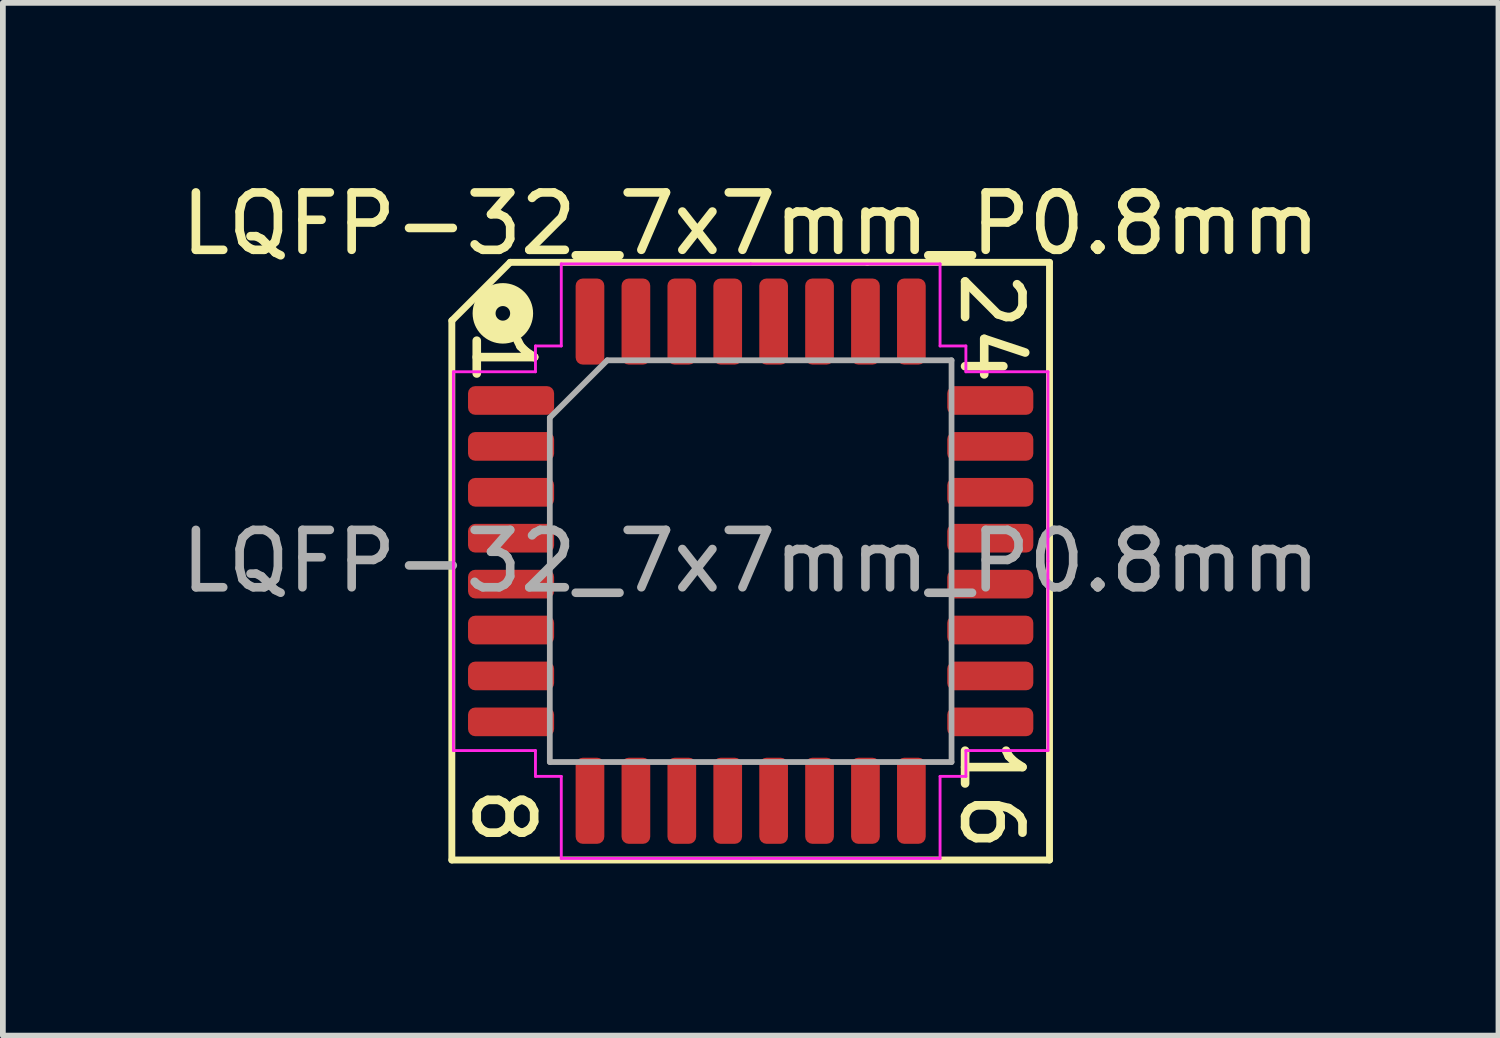
<source format=kicad_pcb>
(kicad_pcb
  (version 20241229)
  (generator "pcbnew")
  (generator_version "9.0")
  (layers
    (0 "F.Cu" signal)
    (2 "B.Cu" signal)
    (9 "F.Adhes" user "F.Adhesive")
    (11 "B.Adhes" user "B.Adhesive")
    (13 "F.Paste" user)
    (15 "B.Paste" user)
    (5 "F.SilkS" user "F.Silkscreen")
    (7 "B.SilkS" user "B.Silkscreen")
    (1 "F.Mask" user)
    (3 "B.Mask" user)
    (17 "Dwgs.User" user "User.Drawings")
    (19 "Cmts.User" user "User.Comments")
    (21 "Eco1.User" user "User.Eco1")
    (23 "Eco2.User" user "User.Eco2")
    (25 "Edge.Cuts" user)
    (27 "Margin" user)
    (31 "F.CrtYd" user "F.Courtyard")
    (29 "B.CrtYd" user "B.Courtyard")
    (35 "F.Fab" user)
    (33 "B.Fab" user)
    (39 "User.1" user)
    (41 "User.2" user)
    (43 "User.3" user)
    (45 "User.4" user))
  (footprint "LQFP-32_7x7mm_P0.8mm"
    (layer "F.Cu")
    (at 10.03 6.728)
    (property "Reference" "LQFP-32_7x7mm_P0.8mm" (at 0 -5.88 0) (layer "F.SilkS") (effects (font (size 1 1) (thickness 0.15))))
    (attr smd)
    (fp_line (start -5.207 -4.191) (end -5.207 5.207) (stroke (width 0.12) (type solid)) (layer "F.SilkS"))
    (fp_line (start -5.207 5.207) (end 5.207 5.207) (stroke (width 0.12) (type solid)) (layer "F.SilkS"))
    (fp_line (start -4.191 -5.207) (end -5.207 -4.191) (stroke (width 0.12) (type solid)) (layer "F.SilkS"))
    (fp_line (start 2.032 -5.207) (end -4.191 -5.207) (stroke (width 0.12) (type solid)) (layer "F.SilkS"))
    (fp_line (start 5.207 -5.207) (end 2.032 -5.207) (stroke (width 0.12) (type solid)) (layer "F.SilkS"))
    (fp_line (start 5.207 5.207) (end 5.207 -5.207) (stroke (width 0.12) (type solid)) (layer "F.SilkS"))
    (fp_circle (center -4.318 -4.318) (end -4.191 -4.318) (stroke (width 0.4) (type solid)) (fill no) (layer "F.SilkS"))
    (fp_line (start -5.18 -3.3) (end -5.18 0) (stroke (width 0.05) (type solid)) (layer "F.CrtYd"))
    (fp_line (start -5.18 3.3) (end -5.18 0) (stroke (width 0.05) (type solid)) (layer "F.CrtYd"))
    (fp_line (start -3.75 -3.75) (end -3.75 -3.3) (stroke (width 0.05) (type solid)) (layer "F.CrtYd"))
    (fp_line (start -3.75 -3.3) (end -5.18 -3.3) (stroke (width 0.05) (type solid)) (layer "F.CrtYd"))
    (fp_line (start -3.75 3.3) (end -5.18 3.3) (stroke (width 0.05) (type solid)) (layer "F.CrtYd"))
    (fp_line (start -3.75 3.75) (end -3.75 3.3) (stroke (width 0.05) (type solid)) (layer "F.CrtYd"))
    (fp_line (start -3.3 -5.18) (end -3.3 -3.75) (stroke (width 0.05) (type solid)) (layer "F.CrtYd"))
    (fp_line (start -3.3 -3.75) (end -3.75 -3.75) (stroke (width 0.05) (type solid)) (layer "F.CrtYd"))
    (fp_line (start -3.3 3.75) (end -3.75 3.75) (stroke (width 0.05) (type solid)) (layer "F.CrtYd"))
    (fp_line (start -3.3 5.18) (end -3.3 3.75) (stroke (width 0.05) (type solid)) (layer "F.CrtYd"))
    (fp_line (start 0 -5.18) (end -3.3 -5.18) (stroke (width 0.05) (type solid)) (layer "F.CrtYd"))
    (fp_line (start 0 -5.18) (end 3.3 -5.18) (stroke (width 0.05) (type solid)) (layer "F.CrtYd"))
    (fp_line (start 0 5.18) (end -3.3 5.18) (stroke (width 0.05) (type solid)) (layer "F.CrtYd"))
    (fp_line (start 0 5.18) (end 3.3 5.18) (stroke (width 0.05) (type solid)) (layer "F.CrtYd"))
    (fp_line (start 3.3 -5.18) (end 3.3 -3.75) (stroke (width 0.05) (type solid)) (layer "F.CrtYd"))
    (fp_line (start 3.3 -3.75) (end 3.75 -3.75) (stroke (width 0.05) (type solid)) (layer "F.CrtYd"))
    (fp_line (start 3.3 3.75) (end 3.75 3.75) (stroke (width 0.05) (type solid)) (layer "F.CrtYd"))
    (fp_line (start 3.3 5.18) (end 3.3 3.75) (stroke (width 0.05) (type solid)) (layer "F.CrtYd"))
    (fp_line (start 3.75 -3.75) (end 3.75 -3.3) (stroke (width 0.05) (type solid)) (layer "F.CrtYd"))
    (fp_line (start 3.75 -3.3) (end 5.18 -3.3) (stroke (width 0.05) (type solid)) (layer "F.CrtYd"))
    (fp_line (start 3.75 3.3) (end 5.18 3.3) (stroke (width 0.05) (type solid)) (layer "F.CrtYd"))
    (fp_line (start 3.75 3.75) (end 3.75 3.3) (stroke (width 0.05) (type solid)) (layer "F.CrtYd"))
    (fp_line (start 5.18 -3.3) (end 5.18 0) (stroke (width 0.05) (type solid)) (layer "F.CrtYd"))
    (fp_line (start 5.18 3.3) (end 5.18 0) (stroke (width 0.05) (type solid)) (layer "F.CrtYd"))
    (fp_line (start -3.5 -2.5) (end -2.5 -3.5) (stroke (width 0.1) (type solid)) (layer "F.Fab"))
    (fp_line (start -3.5 3.5) (end -3.5 -2.5) (stroke (width 0.1) (type solid)) (layer "F.Fab"))
    (fp_line (start -2.5 -3.5) (end 3.5 -3.5) (stroke (width 0.1) (type solid)) (layer "F.Fab"))
    (fp_line (start 3.5 -3.5) (end 3.5 3.5) (stroke (width 0.1) (type solid)) (layer "F.Fab"))
    (fp_line (start 3.5 3.5) (end -3.5 3.5) (stroke (width 0.1) (type solid)) (layer "F.Fab"))
    (fp_text user "16" (at 4.191 4.064 270) (unlocked yes) (layer "F.SilkS") (effects (font (size 1 1) (thickness 0.15))))
    (fp_text user "1" (at -4.318 -3.556 270) (unlocked yes) (layer "F.SilkS") (effects (font (size 1 1) (thickness 0.15))))
    (fp_text user "24" (at 4.191 -4.064 270) (unlocked yes) (layer "F.SilkS") (effects (font (size 1 1) (thickness 0.15))))
    (fp_text user "8" (at -4.318 4.445 270) (unlocked yes) (layer "F.SilkS") (effects (font (size 1 1) (thickness 0.15))))
    (fp_text user "${REFERENCE}" (at 0 0 0) (layer "F.Fab") (effects (font (size 1 1) (thickness 0.15))))
    (pad "1" smd roundrect (at -4.175 -2.8) (size 1.5 0.5) (layers "F.Cu" "F.Mask" "F.Paste") (roundrect_rratio 0.25))
    (pad "2" smd roundrect (at -4.175 -2) (size 1.5 0.5) (layers "F.Cu" "F.Mask" "F.Paste") (roundrect_rratio 0.25))
    (pad "3" smd roundrect (at -4.175 -1.2) (size 1.5 0.5) (layers "F.Cu" "F.Mask" "F.Paste") (roundrect_rratio 0.25))
    (pad "4" smd roundrect (at -4.175 -0.4) (size 1.5 0.5) (layers "F.Cu" "F.Mask" "F.Paste") (roundrect_rratio 0.25))
    (pad "5" smd roundrect (at -4.175 0.4) (size 1.5 0.5) (layers "F.Cu" "F.Mask" "F.Paste") (roundrect_rratio 0.25))
    (pad "6" smd roundrect (at -4.175 1.2) (size 1.5 0.5) (layers "F.Cu" "F.Mask" "F.Paste") (roundrect_rratio 0.25))
    (pad "7" smd roundrect (at -4.175 2) (size 1.5 0.5) (layers "F.Cu" "F.Mask" "F.Paste") (roundrect_rratio 0.25))
    (pad "8" smd roundrect (at -4.175 2.8) (size 1.5 0.5) (layers "F.Cu" "F.Mask" "F.Paste") (roundrect_rratio 0.25))
    (pad "9" smd roundrect (at -2.8 4.175) (size 0.5 1.5) (layers "F.Cu" "F.Mask" "F.Paste") (roundrect_rratio 0.25))
    (pad "10" smd roundrect (at -2 4.175) (size 0.5 1.5) (layers "F.Cu" "F.Mask" "F.Paste") (roundrect_rratio 0.25))
    (pad "11" smd roundrect (at -1.2 4.175) (size 0.5 1.5) (layers "F.Cu" "F.Mask" "F.Paste") (roundrect_rratio 0.25))
    (pad "12" smd roundrect (at -0.4 4.175) (size 0.5 1.5) (layers "F.Cu" "F.Mask" "F.Paste") (roundrect_rratio 0.25))
    (pad "13" smd roundrect (at 0.4 4.175) (size 0.5 1.5) (layers "F.Cu" "F.Mask" "F.Paste") (roundrect_rratio 0.25))
    (pad "14" smd roundrect (at 1.2 4.175) (size 0.5 1.5) (layers "F.Cu" "F.Mask" "F.Paste") (roundrect_rratio 0.25))
    (pad "15" smd roundrect (at 2 4.175) (size 0.5 1.5) (layers "F.Cu" "F.Mask" "F.Paste") (roundrect_rratio 0.25))
    (pad "16" smd roundrect (at 2.8 4.175) (size 0.5 1.5) (layers "F.Cu" "F.Mask" "F.Paste") (roundrect_rratio 0.25))
    (pad "17" smd roundrect (at 4.175 2.8) (size 1.5 0.5) (layers "F.Cu" "F.Mask" "F.Paste") (roundrect_rratio 0.25))
    (pad "18" smd roundrect (at 4.175 2) (size 1.5 0.5) (layers "F.Cu" "F.Mask" "F.Paste") (roundrect_rratio 0.25))
    (pad "19" smd roundrect (at 4.175 1.2) (size 1.5 0.5) (layers "F.Cu" "F.Mask" "F.Paste") (roundrect_rratio 0.25))
    (pad "20" smd roundrect (at 4.175 0.4) (size 1.5 0.5) (layers "F.Cu" "F.Mask" "F.Paste") (roundrect_rratio 0.25))
    (pad "21" smd roundrect (at 4.175 -0.4) (size 1.5 0.5) (layers "F.Cu" "F.Mask" "F.Paste") (roundrect_rratio 0.25))
    (pad "22" smd roundrect (at 4.175 -1.2) (size 1.5 0.5) (layers "F.Cu" "F.Mask" "F.Paste") (roundrect_rratio 0.25))
    (pad "23" smd roundrect (at 4.175 -2) (size 1.5 0.5) (layers "F.Cu" "F.Mask" "F.Paste") (roundrect_rratio 0.25))
    (pad "24" smd roundrect (at 4.175 -2.8) (size 1.5 0.5) (layers "F.Cu" "F.Mask" "F.Paste") (roundrect_rratio 0.25))
    (pad "25" smd roundrect (at 2.8 -4.175) (size 0.5 1.5) (layers "F.Cu" "F.Mask" "F.Paste") (roundrect_rratio 0.25))
    (pad "26" smd roundrect (at 2 -4.175) (size 0.5 1.5) (layers "F.Cu" "F.Mask" "F.Paste") (roundrect_rratio 0.25))
    (pad "27" smd roundrect (at 1.2 -4.175) (size 0.5 1.5) (layers "F.Cu" "F.Mask" "F.Paste") (roundrect_rratio 0.25))
    (pad "28" smd roundrect (at 0.4 -4.175) (size 0.5 1.5) (layers "F.Cu" "F.Mask" "F.Paste") (roundrect_rratio 0.25))
    (pad "29" smd roundrect (at -0.4 -4.175) (size 0.5 1.5) (layers "F.Cu" "F.Mask" "F.Paste") (roundrect_rratio 0.25))
    (pad "30" smd roundrect (at -1.2 -4.175) (size 0.5 1.5) (layers "F.Cu" "F.Mask" "F.Paste") (roundrect_rratio 0.25))
    (pad "31" smd roundrect (at -2 -4.175) (size 0.5 1.5) (layers "F.Cu" "F.Mask" "F.Paste") (roundrect_rratio 0.25))
    (pad "32" smd roundrect (at -2.8 -4.175) (size 0.5 1.5) (layers "F.Cu" "F.Mask" "F.Paste") (roundrect_rratio 0.25)))
  (gr_rect
    (start -3 -3)
    (end 23.06 14.995)
    (stroke (width 0.1) (type default))
    (fill no)
    (layer "Edge.Cuts")))
</source>
